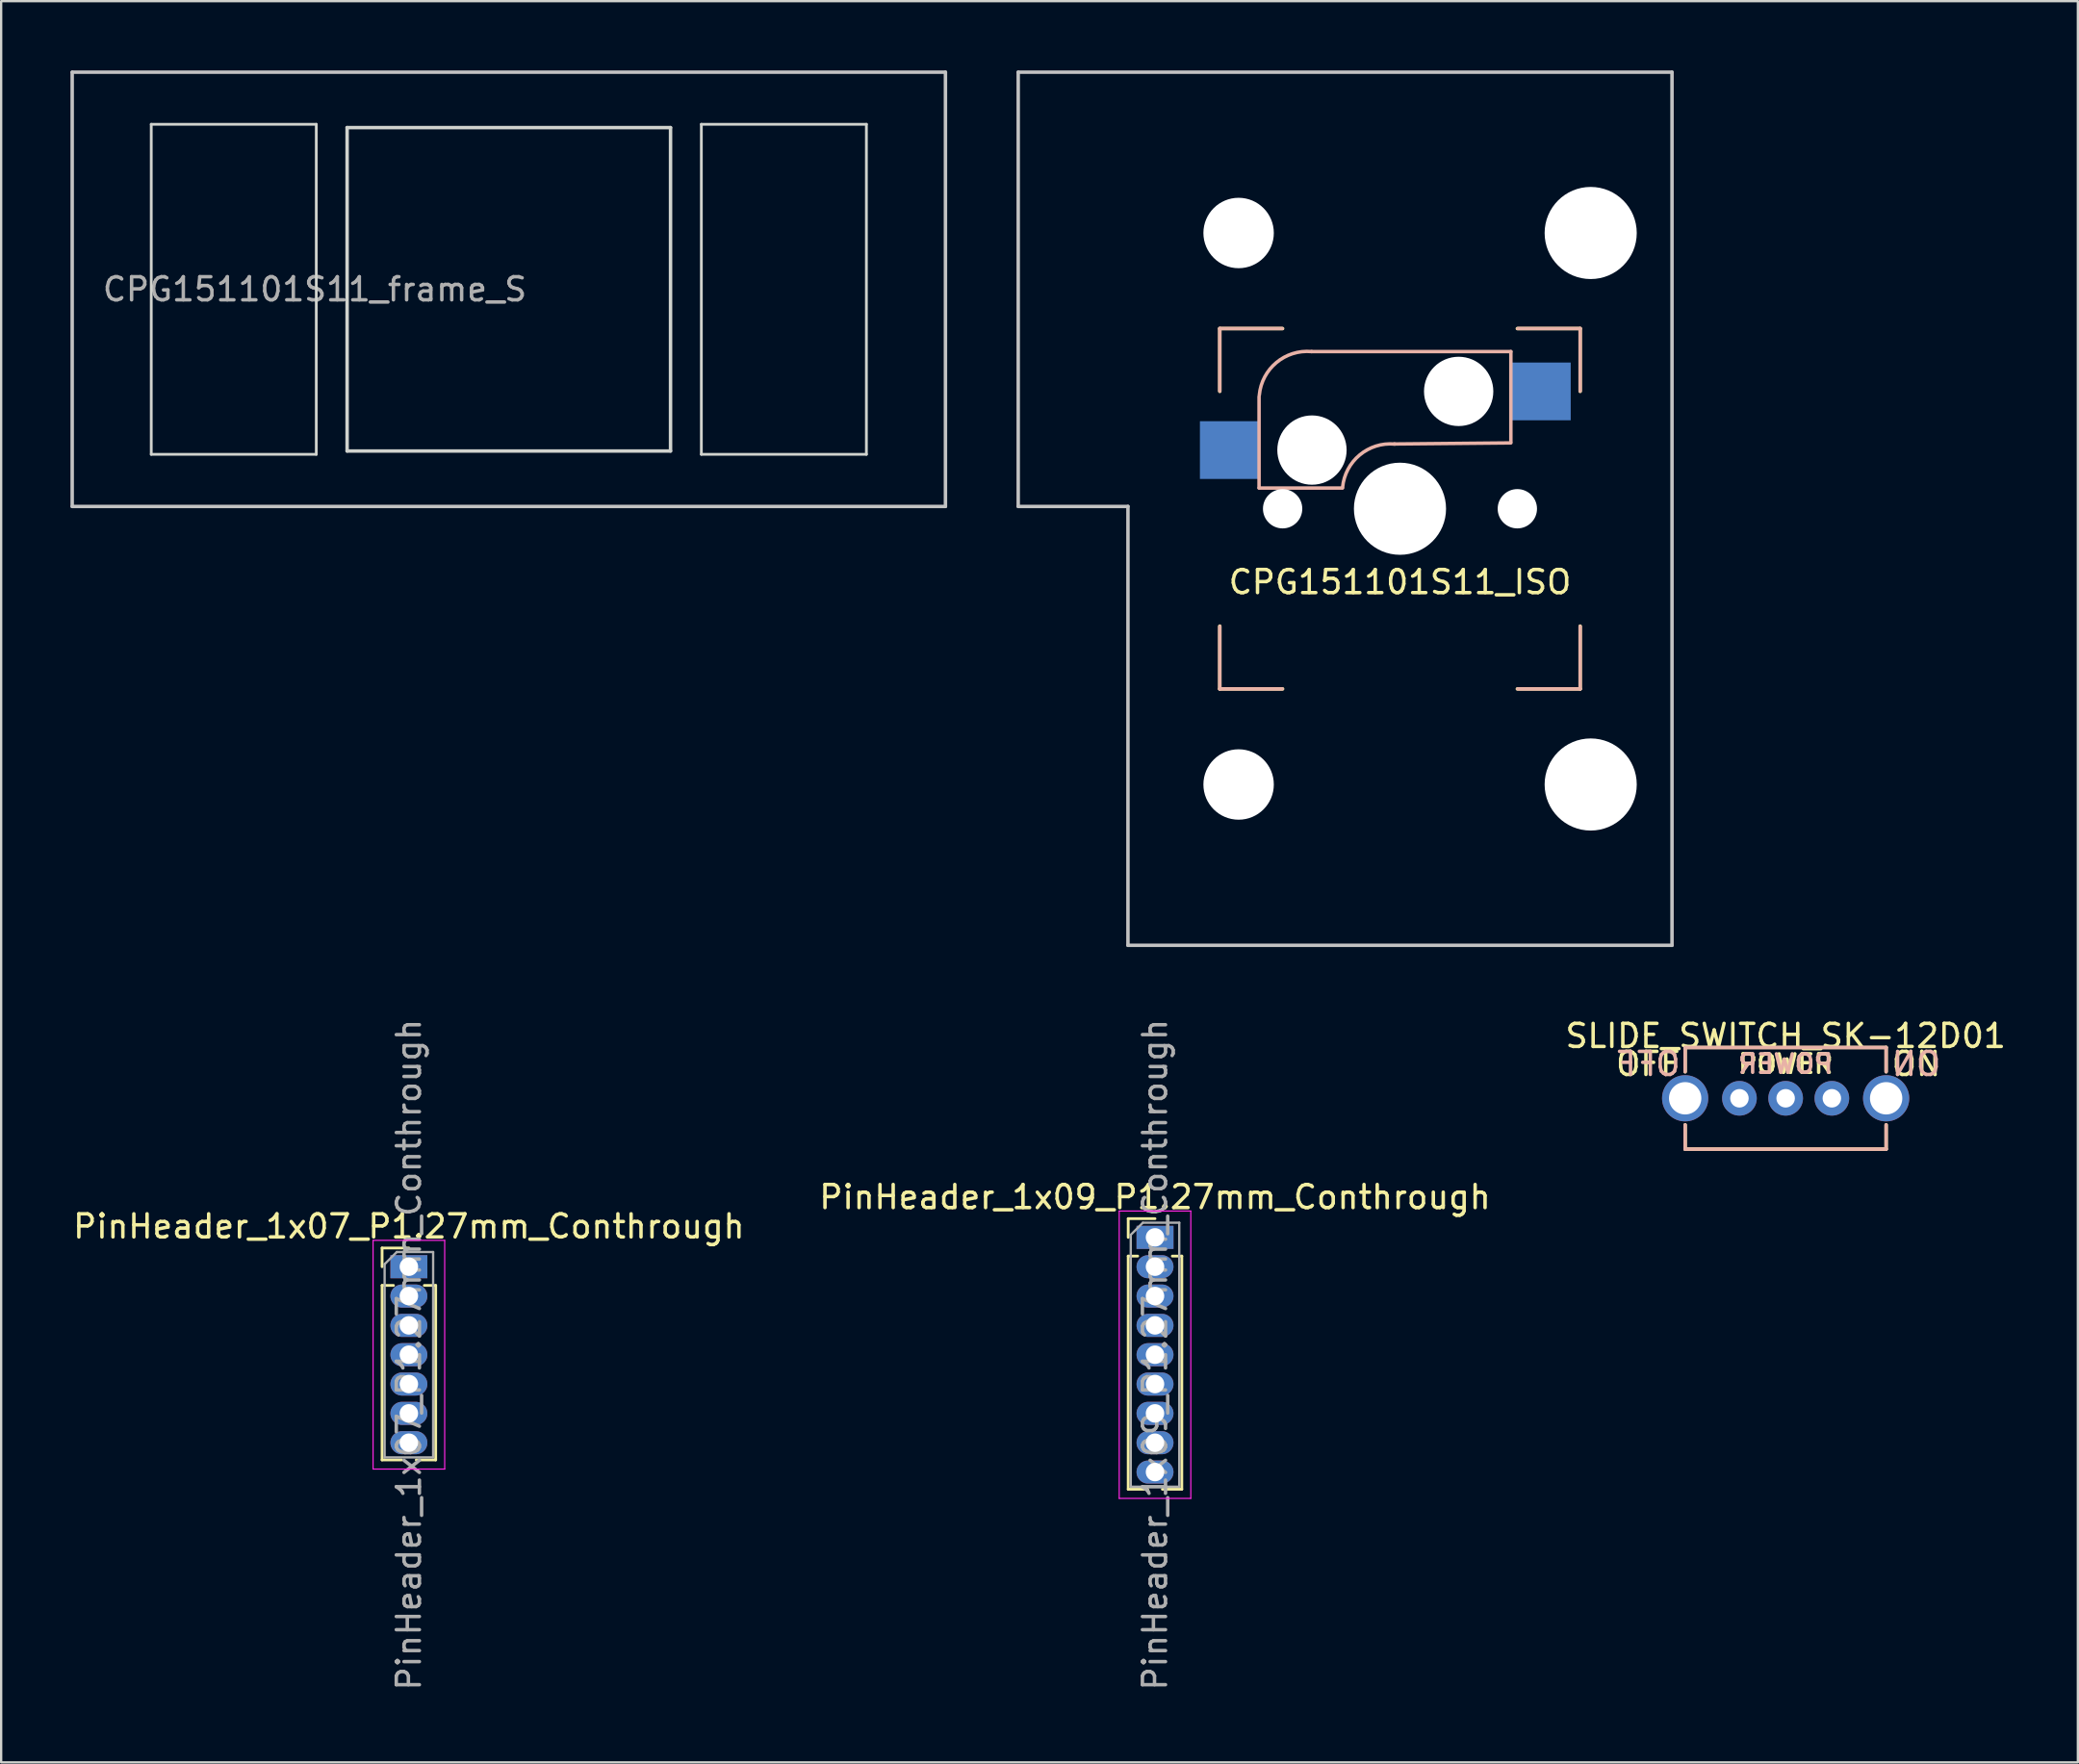
<source format=kicad_pcb>
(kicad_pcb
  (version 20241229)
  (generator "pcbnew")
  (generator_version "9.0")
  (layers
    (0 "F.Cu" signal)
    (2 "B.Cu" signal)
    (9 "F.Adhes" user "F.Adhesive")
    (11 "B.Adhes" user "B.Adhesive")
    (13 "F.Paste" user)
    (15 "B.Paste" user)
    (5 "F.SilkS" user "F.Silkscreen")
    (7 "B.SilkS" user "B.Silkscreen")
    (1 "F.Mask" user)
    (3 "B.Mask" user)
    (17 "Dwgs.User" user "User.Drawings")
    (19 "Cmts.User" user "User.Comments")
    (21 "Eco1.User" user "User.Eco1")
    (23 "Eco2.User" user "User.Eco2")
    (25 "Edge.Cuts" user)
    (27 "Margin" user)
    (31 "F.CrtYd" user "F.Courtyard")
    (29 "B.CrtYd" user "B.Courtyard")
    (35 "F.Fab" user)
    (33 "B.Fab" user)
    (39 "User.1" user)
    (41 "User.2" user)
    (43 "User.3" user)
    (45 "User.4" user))
  (footprint "PinHeader_1x07_P1.27mm_Conthrough"
    (layer "F.Cu")
    (at 14.649 51.789)
    (property "Reference" "PinHeader_1x07_P1.27mm_Conthrough" (at 0 -1.745 0) (layer "F.SilkS") (effects (font (size 1 1) (thickness 0.15))))
    (attr through_hole)
    (fp_line (start -1.16 -0.81) (end 0 -0.81) (stroke (width 0.12) (type solid)) (layer "F.SilkS"))
    (fp_line (start -1.16 0) (end -1.16 -0.81) (stroke (width 0.12) (type solid)) (layer "F.SilkS"))
    (fp_line (start -1.16 0.81) (end -1.16 8.365) (stroke (width 0.12) (type solid)) (layer "F.SilkS"))
    (fp_line (start -1.16 0.81) (end -0.667 0.81) (stroke (width 0.12) (type solid)) (layer "F.SilkS"))
    (fp_line (start -1.16 8.365) (end -0.318 8.365) (stroke (width 0.12) (type solid)) (layer "F.SilkS"))
    (fp_line (start 0.318 8.365) (end 1.16 8.365) (stroke (width 0.12) (type solid)) (layer "F.SilkS"))
    (fp_line (start 0.667 0.81) (end 1.16 0.81) (stroke (width 0.12) (type solid)) (layer "F.SilkS"))
    (fp_line (start 1.16 0.81) (end 1.16 8.365) (stroke (width 0.12) (type solid)) (layer "F.SilkS"))
    (fp_line (start -1.55 -1.14) (end -1.55 8.76) (stroke (width 0.05) (type solid)) (layer "F.CrtYd"))
    (fp_line (start -1.55 8.76) (end 1.55 8.76) (stroke (width 0.05) (type solid)) (layer "F.CrtYd"))
    (fp_line (start 1.55 -1.14) (end -1.55 -1.14) (stroke (width 0.05) (type solid)) (layer "F.CrtYd"))
    (fp_line (start 1.55 8.76) (end 1.55 -1.14) (stroke (width 0.05) (type solid)) (layer "F.CrtYd"))
    (fp_line (start -1.05 -0.11) (end -0.525 -0.635) (stroke (width 0.1) (type solid)) (layer "F.Fab"))
    (fp_line (start -1.05 8.255) (end -1.05 -0.11) (stroke (width 0.1) (type solid)) (layer "F.Fab"))
    (fp_line (start -0.525 -0.635) (end 1.05 -0.635) (stroke (width 0.1) (type solid)) (layer "F.Fab"))
    (fp_line (start 1.05 -0.635) (end 1.05 8.255) (stroke (width 0.1) (type solid)) (layer "F.Fab"))
    (fp_line (start 1.05 8.255) (end -1.05 8.255) (stroke (width 0.1) (type solid)) (layer "F.Fab"))
    (fp_text user "${REFERENCE}" (at 0 3.81 90) (layer "F.Fab") (effects (font (size 1 1) (thickness 0.15))))
    (pad "1" thru_hole rect (at 0 0) (size 1.6 1) (drill 0.8) (layers "*.Cu" "*.Mask"))
    (pad "2" thru_hole oval (at 0 1.27) (size 1.6 1) (drill 0.8) (layers "*.Cu" "*.Mask"))
    (pad "3" thru_hole oval (at 0 2.54) (size 1.6 1) (drill 0.8) (layers "*.Cu" "*.Mask"))
    (pad "4" thru_hole oval (at 0 3.81) (size 1.6 1) (drill 0.8) (layers "*.Cu" "*.Mask"))
    (pad "5" thru_hole oval (at 0 5.08) (size 1.6 1) (drill 0.8) (layers "*.Cu" "*.Mask"))
    (pad "6" thru_hole oval (at 0 6.35) (size 1.6 1) (drill 0.8) (layers "*.Cu" "*.Mask"))
    (pad "7" thru_hole oval (at 0 7.62) (size 1.6 1) (drill 0.8) (layers "*.Cu" "*.Mask")))
  (footprint "SLIDE_SWITCH_SK-12D01"
    (layer "F.Cu")
    (at 74.244 44.498)
    (property "Reference" "SLIDE_SWITCH_SK-12D01" (at 0 -2.7 0) (layer "F.SilkS") (effects (font (size 1 1) (thickness 0.15))))
    (attr through_hole)
    (fp_line (start -4.35 -2.2) (end -4.35 -1.15) (stroke (width 0.15) (type solid)) (layer "F.SilkS"))
    (fp_line (start -4.35 2.2) (end -4.35 1.15) (stroke (width 0.15) (type solid)) (layer "F.SilkS"))
    (fp_line (start -4.35 2.2) (end 4.35 2.2) (stroke (width 0.15) (type solid)) (layer "F.SilkS"))
    (fp_line (start 4.35 -2.2) (end -4.35 -2.2) (stroke (width 0.15) (type solid)) (layer "F.SilkS"))
    (fp_line (start 4.35 -2.2) (end 4.35 -1.15) (stroke (width 0.15) (type solid)) (layer "F.SilkS"))
    (fp_line (start 4.35 2.2) (end 4.35 1.15) (stroke (width 0.15) (type solid)) (layer "F.SilkS"))
    (fp_line (start -4.35 -2.2) (end -4.35 -1.15) (stroke (width 0.15) (type solid)) (layer "B.SilkS"))
    (fp_line (start -4.35 -2.2) (end 4.35 -2.2) (stroke (width 0.15) (type solid)) (layer "B.SilkS"))
    (fp_line (start -4.35 2.2) (end -4.35 1.15) (stroke (width 0.15) (type solid)) (layer "B.SilkS"))
    (fp_line (start 4.35 -2.2) (end 4.35 -1.15) (stroke (width 0.15) (type solid)) (layer "B.SilkS"))
    (fp_line (start 4.35 2.2) (end -4.35 2.2) (stroke (width 0.15) (type solid)) (layer "B.SilkS"))
    (fp_line (start 4.35 2.2) (end 4.35 1.15) (stroke (width 0.15) (type solid)) (layer "B.SilkS"))
    (fp_text user "OFF" (at -5.953 -1.488 0) (layer "F.SilkS") (effects (font (size 1 1) (thickness 0.15))))
    (fp_text user "POWER" (at 0 -1.488 180) (layer "F.SilkS") (effects (font (size 0.8 0.8) (thickness 0.15))))
    (fp_text user "ON" (at 5.655 -1.488 0) (layer "F.SilkS") (effects (font (size 1 1) (thickness 0.15))))
    (fp_text user "POWER" (at 0 -1.488 0) (layer "B.SilkS") (effects (font (size 0.8 0.8) (thickness 0.15)) (justify mirror)))
    (fp_text user "ON" (at 5.655 -1.488 0) (layer "B.SilkS") (effects (font (size 1 1) (thickness 0.15)) (justify mirror)))
    (fp_text user "OFF" (at -5.953 -1.488 0) (layer "B.SilkS") (effects (font (size 1 1) (thickness 0.15)) (justify mirror)))
    (pad "" thru_hole circle (at -4.35 0) (size 2 2) (drill 1.4) (layers "*.Cu" "*.Mask"))
    (pad "" thru_hole circle (at 4.35 0) (size 2 2) (drill 1.4) (layers "*.Cu" "*.Mask"))
    (pad "1" thru_hole circle (at 0 0) (size 1.5 1.5) (drill 0.8) (layers "*.Cu" "*.Mask"))
    (pad "2" thru_hole circle (at 2 0) (size 1.5 1.5) (drill 0.8) (layers "*.Cu" "*.Mask"))
    (pad "3" thru_hole circle (at -2 0) (size 1.5 1.5) (drill 0.8) (layers "*.Cu" "*.Mask")))
  (footprint "PinHeader_1x09_P1.27mm_Conthrough"
    (layer "F.Cu")
    (at 46.946 50.519)
    (property "Reference" "PinHeader_1x09_P1.27mm_Conthrough" (at 0 -1.745 0) (layer "F.SilkS") (effects (font (size 1 1) (thickness 0.15))))
    (attr through_hole)
    (fp_line (start -1.16 -0.81) (end 0 -0.81) (stroke (width 0.12) (type solid)) (layer "F.SilkS"))
    (fp_line (start -1.16 0) (end -1.16 -0.81) (stroke (width 0.12) (type solid)) (layer "F.SilkS"))
    (fp_line (start -1.16 0.81) (end -1.16 10.905) (stroke (width 0.12) (type solid)) (layer "F.SilkS"))
    (fp_line (start -1.16 0.81) (end -0.75 0.81) (stroke (width 0.12) (type solid)) (layer "F.SilkS"))
    (fp_line (start -1.16 10.905) (end -0.318 10.905) (stroke (width 0.12) (type solid)) (layer "F.SilkS"))
    (fp_line (start 0.318 10.905) (end 1.16 10.905) (stroke (width 0.12) (type solid)) (layer "F.SilkS"))
    (fp_line (start 0.75 0.81) (end 1.16 0.81) (stroke (width 0.12) (type solid)) (layer "F.SilkS"))
    (fp_line (start 1.16 0.81) (end 1.16 10.905) (stroke (width 0.12) (type solid)) (layer "F.SilkS"))
    (fp_line (start -1.55 -1.14) (end -1.55 11.3) (stroke (width 0.05) (type solid)) (layer "F.CrtYd"))
    (fp_line (start -1.55 11.3) (end 1.55 11.3) (stroke (width 0.05) (type solid)) (layer "F.CrtYd"))
    (fp_line (start 1.55 -1.14) (end -1.55 -1.14) (stroke (width 0.05) (type solid)) (layer "F.CrtYd"))
    (fp_line (start 1.55 11.3) (end 1.55 -1.14) (stroke (width 0.05) (type solid)) (layer "F.CrtYd"))
    (fp_line (start -1.05 -0.11) (end -0.525 -0.635) (stroke (width 0.1) (type solid)) (layer "F.Fab"))
    (fp_line (start -1.05 10.795) (end -1.05 -0.11) (stroke (width 0.1) (type solid)) (layer "F.Fab"))
    (fp_line (start -0.525 -0.635) (end 1.05 -0.635) (stroke (width 0.1) (type solid)) (layer "F.Fab"))
    (fp_line (start 1.05 -0.635) (end 1.05 10.795) (stroke (width 0.1) (type solid)) (layer "F.Fab"))
    (fp_line (start 1.05 10.795) (end -1.05 10.795) (stroke (width 0.1) (type solid)) (layer "F.Fab"))
    (fp_text user "${REFERENCE}" (at 0 5.08 90) (layer "F.Fab") (effects (font (size 1 1) (thickness 0.15))))
    (pad "1" thru_hole rect (at 0 0) (size 1.6 1) (drill 0.8) (layers "*.Cu" "*.Mask"))
    (pad "2" thru_hole oval (at 0 1.27) (size 1.6 1) (drill 0.8) (layers "*.Cu" "*.Mask"))
    (pad "3" thru_hole oval (at 0 2.54) (size 1.6 1) (drill 0.8) (layers "*.Cu" "*.Mask"))
    (pad "4" thru_hole oval (at 0 3.81) (size 1.6 1) (drill 0.8) (layers "*.Cu" "*.Mask"))
    (pad "5" thru_hole oval (at 0 5.08) (size 1.6 1) (drill 0.8) (layers "*.Cu" "*.Mask"))
    (pad "6" thru_hole oval (at 0 6.35) (size 1.6 1) (drill 0.8) (layers "*.Cu" "*.Mask"))
    (pad "7" thru_hole oval (at 0 7.62) (size 1.6 1) (drill 0.8) (layers "*.Cu" "*.Mask"))
    (pad "8" thru_hole oval (at 0 8.89) (size 1.6 1) (drill 0.8) (layers "*.Cu" "*.Mask"))
    (pad "9" thru_hole oval (at 0 10.16) (size 1.6 1) (drill 0.8) (layers "*.Cu" "*.Mask")))
  (footprint "CPG151101S11_ISO"
    (layer "F.Cu")
    (at 57.55 18.975)
    (property "Reference" "CPG151101S11_ISO" (at 0 3.175 180) (layer "F.SilkS") (effects (font (size 1 1) (thickness 0.15))))
    (attr through_hole)
    (fp_line (start -7.8 -7.8) (end -5.08 -7.8) (stroke (width 0.15) (type solid)) (layer "F.SilkS"))
    (fp_line (start -7.8 -5.08) (end -7.8 -7.8) (stroke (width 0.15) (type solid)) (layer "F.SilkS"))
    (fp_line (start -7.8 5.08) (end -7.8 7.8) (stroke (width 0.15) (type solid)) (layer "F.SilkS"))
    (fp_line (start -7.8 7.8) (end -5.08 7.8) (stroke (width 0.15) (type solid)) (layer "F.SilkS"))
    (fp_line (start 5.08 7.8) (end 7.8 7.8) (stroke (width 0.15) (type solid)) (layer "F.SilkS"))
    (fp_line (start 7.8 -7.8) (end 5.08 -7.8) (stroke (width 0.15) (type solid)) (layer "F.SilkS"))
    (fp_line (start 7.8 -5.08) (end 7.8 -7.8) (stroke (width 0.15) (type solid)) (layer "F.SilkS"))
    (fp_line (start 7.8 7.8) (end 7.8 5.08) (stroke (width 0.15) (type solid)) (layer "F.SilkS"))
    (fp_line (start -7.8 -7.8) (end -5.1 -7.8) (stroke (width 0.15) (type solid)) (layer "B.SilkS"))
    (fp_line (start -7.8 -5.1) (end -7.8 -7.8) (stroke (width 0.15) (type solid)) (layer "B.SilkS"))
    (fp_line (start -7.8 7.8) (end -7.8 5.1) (stroke (width 0.15) (type solid)) (layer "B.SilkS"))
    (fp_line (start -6.1 -4.85) (end -6.1 -0.905) (stroke (width 0.15) (type solid)) (layer "B.SilkS"))
    (fp_line (start -6.1 -0.896) (end -2.49 -0.896) (stroke (width 0.15) (type solid)) (layer "B.SilkS"))
    (fp_line (start -5.1 7.8) (end -7.8 7.8) (stroke (width 0.15) (type solid)) (layer "B.SilkS"))
    (fp_line (start 4.8 -6.804) (end -3.825 -6.804) (stroke (width 0.15) (type solid)) (layer "B.SilkS"))
    (fp_line (start 4.8 -2.896) (end 4.8 -6.804) (stroke (width 0.15) (type solid)) (layer "B.SilkS"))
    (fp_line (start 4.8 -2.85) (end -0.25 -2.804) (stroke (width 0.15) (type solid)) (layer "B.SilkS"))
    (fp_line (start 5.1 -7.8) (end 7.8 -7.8) (stroke (width 0.15) (type solid)) (layer "B.SilkS"))
    (fp_line (start 7.8 -7.8) (end 7.8 -5.1) (stroke (width 0.15) (type solid)) (layer "B.SilkS"))
    (fp_line (start 7.8 5.1) (end 7.8 7.8) (stroke (width 0.15) (type solid)) (layer "B.SilkS"))
    (fp_line (start 7.8 7.8) (end 5.1 7.8) (stroke (width 0.15) (type solid)) (layer "B.SilkS"))
    (fp_arc (start -6.089 -4.92) (mid -5.347189 -6.33089) (end -3.825 -6.804) (stroke (width 0.15) (type solid)) (layer "B.SilkS"))
    (fp_arc (start -2.484999 -0.920001) (mid -1.74436 -2.328062) (end -0.225 -2.8) (stroke (width 0.15) (type solid)) (layer "B.SilkS"))
    (fp_line (start -16.525 -18.9) (end -16.525 -0.1) (stroke (width 0.15) (type solid)) (layer "Dwgs.User"))
    (fp_line (start -16.525 -18.9) (end 11.775 -18.9) (stroke (width 0.15) (type solid)) (layer "Dwgs.User"))
    (fp_line (start -11.775 -0.1) (end -16.525 -0.1) (stroke (width 0.15) (type solid)) (layer "Dwgs.User"))
    (fp_line (start -11.775 18.9) (end -11.775 -0.1) (stroke (width 0.15) (type solid)) (layer "Dwgs.User"))
    (fp_line (start -11.775 18.9) (end 11.775 18.9) (stroke (width 0.15) (type solid)) (layer "Dwgs.User"))
    (fp_line (start 11.775 -18.9) (end 11.775 18.9) (stroke (width 0.15) (type solid)) (layer "Dwgs.User"))
    (fp_line (start -7 7) (end -7 -7) (stroke (width 0.15) (type solid)) (layer "Eco2.User"))
    (fp_line (start -7 7) (end 7 7) (stroke (width 0.15) (type solid)) (layer "Eco2.User"))
    (fp_line (start 7 -7) (end -7 -7) (stroke (width 0.15) (type solid)) (layer "Eco2.User"))
    (fp_line (start 7 -7) (end 7 7) (stroke (width 0.15) (type solid)) (layer "Eco2.User"))
    (pad "" np_thru_hole circle (at -6.985 -11.938) (size 3.048 3.048) (drill 3.048) (layers "*.Cu" "*.Mask"))
    (pad "" np_thru_hole circle (at -6.985 11.938) (size 3.048 3.048) (drill 3.048) (layers "*.Cu" "*.Mask"))
    (pad "" np_thru_hole circle (at -5.08 0) (size 1.702 1.702) (drill 1.702) (layers "*.Cu" "*.Mask"))
    (pad "" np_thru_hole circle (at -3.81 -2.54) (size 3 3) (drill 3) (layers "*.Cu" "*.Mask"))
    (pad "" np_thru_hole circle (at 0 0) (size 3.988 3.988) (drill 3.988) (layers "*.Cu" "*.Mask"))
    (pad "" np_thru_hole circle (at 2.54 -5.08) (size 3 3) (drill 3) (layers "*.Cu" "*.Mask"))
    (pad "" np_thru_hole circle (at 5.08 0) (size 1.702 1.702) (drill 1.702) (layers "*.Cu" "*.Mask"))
    (pad "" np_thru_hole circle (at 8.255 -11.938) (size 3.988 3.988) (drill 3.988) (layers "*.Cu" "*.Mask"))
    (pad "" np_thru_hole circle (at 8.255 11.938) (size 3.988 3.988) (drill 3.988) (layers "*.Cu" "*.Mask"))
    (pad "1" smd rect (at -7.385 -2.54) (size 2.55 2.5) (layers "B.Cu" "B.Mask" "B.Paste"))
    (pad "2" smd rect (at 6.115 -5.08 180) (size 2.55 2.5) (layers "B.Cu" "B.Mask" "B.Paste")))
  (footprint "CPG151101S11_frame_S"
    (layer "F.Cu")
    (at 18.975 9.475)
    (property "Reference" "CPG151101S11_frame_S" (at -8.4 0 180) (layer "F.Fab") (effects (font (size 1 1) (thickness 0.15))))
    (attr through_hole)
    (fp_line (start -18.9 -9.4) (end 18.9 -9.4) (stroke (width 0.15) (type solid)) (layer "Dwgs.User"))
    (fp_line (start -18.9 9.4) (end -18.9 -9.4) (stroke (width 0.15) (type solid)) (layer "Dwgs.User"))
    (fp_line (start 18.9 -9.4) (end 18.9 9.4) (stroke (width 0.15) (type solid)) (layer "Dwgs.User"))
    (fp_line (start 18.9 9.4) (end -18.9 9.4) (stroke (width 0.15) (type solid)) (layer "Dwgs.User"))
    (fp_line (start -15.478 -7.144) (end -15.478 7.144) (stroke (width 0.12) (type solid)) (layer "Edge.Cuts"))
    (fp_line (start -15.478 7.144) (end -8.334 7.144) (stroke (width 0.12) (type solid)) (layer "Edge.Cuts"))
    (fp_line (start -8.334 -7.144) (end -15.478 -7.144) (stroke (width 0.12) (type solid)) (layer "Edge.Cuts"))
    (fp_line (start -8.334 7.144) (end -8.334 -7.144) (stroke (width 0.12) (type solid)) (layer "Edge.Cuts"))
    (fp_line (start -7 7) (end -7 -7) (stroke (width 0.15) (type solid)) (layer "Edge.Cuts"))
    (fp_line (start -7 7) (end 7 7) (stroke (width 0.15) (type solid)) (layer "Edge.Cuts"))
    (fp_line (start 7 -7) (end -7 -7) (stroke (width 0.15) (type solid)) (layer "Edge.Cuts"))
    (fp_line (start 7 -7) (end 7 7) (stroke (width 0.15) (type solid)) (layer "Edge.Cuts"))
    (fp_line (start 8.334 -7.144) (end 15.478 -7.144) (stroke (width 0.12) (type solid)) (layer "Edge.Cuts"))
    (fp_line (start 8.334 7.144) (end 8.334 -7.144) (stroke (width 0.12) (type solid)) (layer "Edge.Cuts"))
    (fp_line (start 8.334 7.144) (end 15.478 7.144) (stroke (width 0.12) (type solid)) (layer "Edge.Cuts"))
    (fp_line (start 15.478 -7.144) (end 15.478 7.144) (stroke (width 0.12) (type solid)) (layer "Edge.Cuts")))
  (gr_rect
    (start -3 -3)
    (end 86.893 73.248)
    (stroke (width 0.1) (type default))
    (fill no)
    (layer "Edge.Cuts")))
</source>
